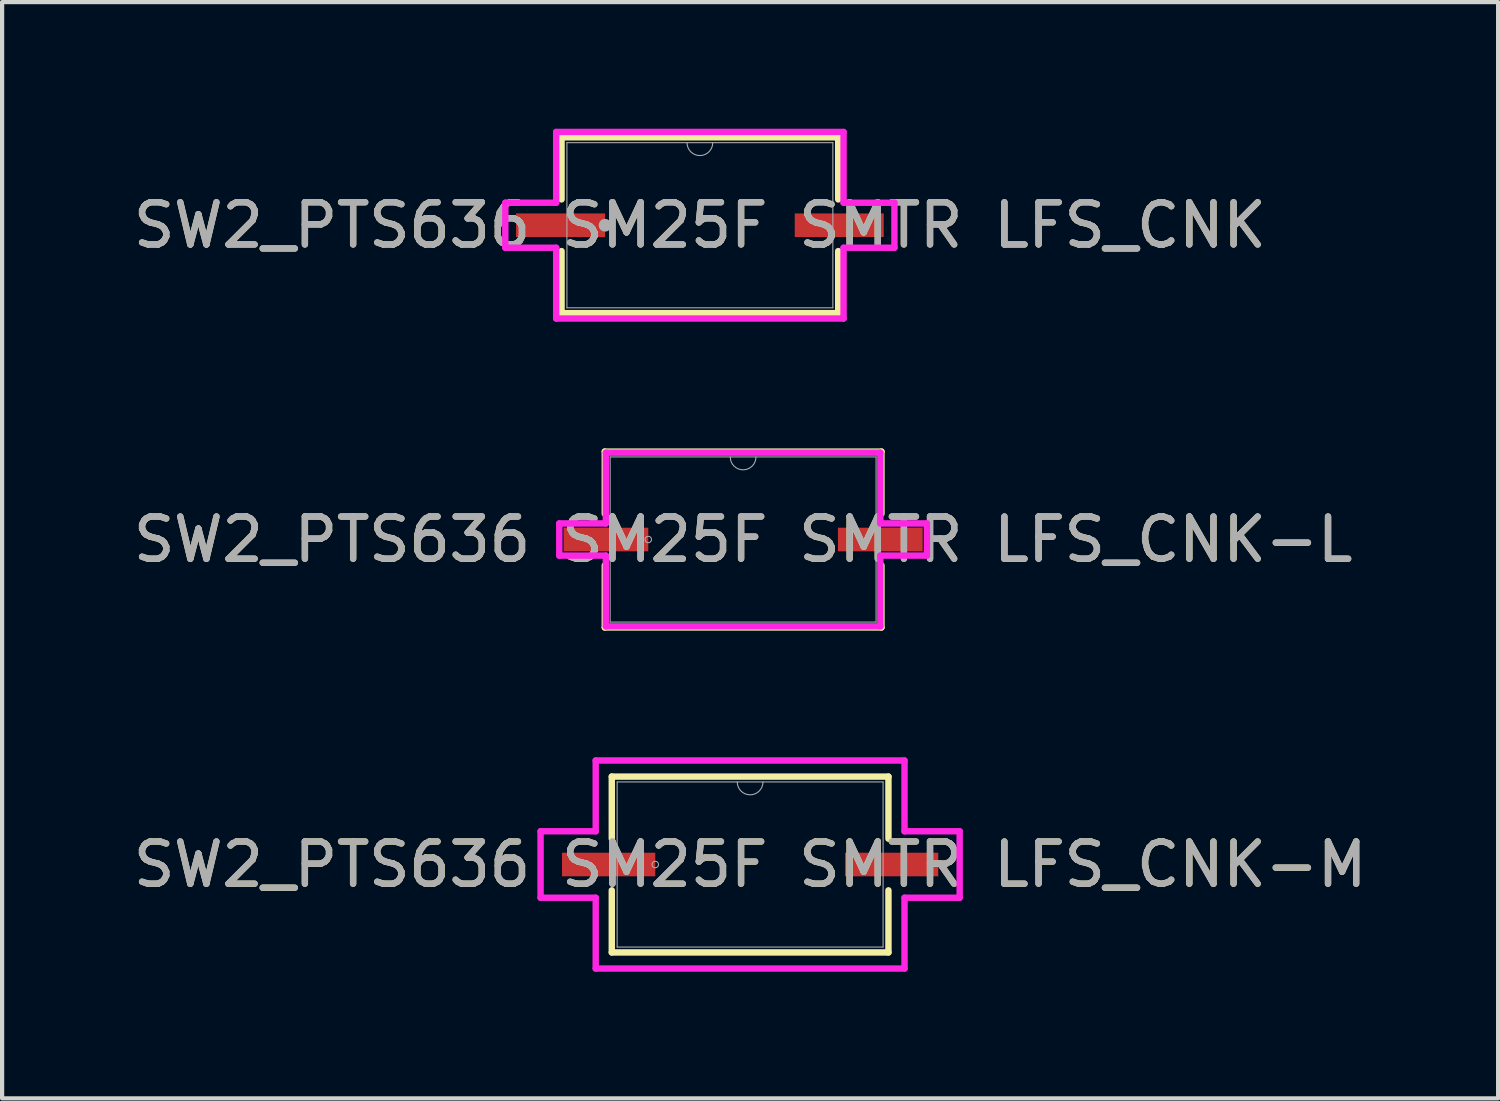
<source format=kicad_pcb>
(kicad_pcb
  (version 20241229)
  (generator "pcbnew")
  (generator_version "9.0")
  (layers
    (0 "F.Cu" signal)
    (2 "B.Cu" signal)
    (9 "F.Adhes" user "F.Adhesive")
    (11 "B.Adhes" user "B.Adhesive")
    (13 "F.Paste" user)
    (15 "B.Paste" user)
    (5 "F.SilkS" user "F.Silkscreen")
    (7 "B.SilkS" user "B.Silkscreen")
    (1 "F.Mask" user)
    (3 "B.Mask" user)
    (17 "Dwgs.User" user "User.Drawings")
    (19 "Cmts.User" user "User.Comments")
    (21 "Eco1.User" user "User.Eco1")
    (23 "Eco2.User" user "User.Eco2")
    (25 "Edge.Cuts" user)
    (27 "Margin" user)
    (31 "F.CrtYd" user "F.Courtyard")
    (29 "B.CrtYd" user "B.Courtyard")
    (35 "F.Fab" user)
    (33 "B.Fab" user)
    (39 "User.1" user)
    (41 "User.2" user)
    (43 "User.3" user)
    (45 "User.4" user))
  (footprint "SW2_PTS636 SM25F SMTR LFS_CNK-L"
    (layer "F.Cu")
    (at 14.554 9.731)
    (property "Reference" "SW2_PTS636 SM25F SMTR LFS_CNK-L" (at 0 0 0) (unlocked yes) (layer "F.SilkS") (effects (font (size 1 1) (thickness 0.15))))
    (attr smd)
    (fp_line (start -3.277 -2.083) (end -3.277 -0.612) (stroke (width 0.152) (type solid)) (layer "F.SilkS"))
    (fp_line (start -3.277 0.612) (end -3.277 2.083) (stroke (width 0.152) (type solid)) (layer "F.SilkS"))
    (fp_line (start -3.277 2.083) (end 3.277 2.083) (stroke (width 0.152) (type solid)) (layer "F.SilkS"))
    (fp_line (start 3.277 -2.083) (end -3.277 -2.083) (stroke (width 0.152) (type solid)) (layer "F.SilkS"))
    (fp_line (start 3.277 -0.612) (end 3.277 -2.083) (stroke (width 0.152) (type solid)) (layer "F.SilkS"))
    (fp_line (start 3.277 2.083) (end 3.277 0.612) (stroke (width 0.152) (type solid)) (layer "F.SilkS"))
    (fp_line (start -4.355 -0.381) (end -3.251 -0.381) (stroke (width 0.152) (type solid)) (layer "F.CrtYd"))
    (fp_line (start -4.355 0.381) (end -4.355 -0.381) (stroke (width 0.152) (type solid)) (layer "F.CrtYd"))
    (fp_line (start -4.355 0.381) (end -3.251 0.381) (stroke (width 0.152) (type solid)) (layer "F.CrtYd"))
    (fp_line (start -3.251 -2.057) (end 3.251 -2.057) (stroke (width 0.152) (type solid)) (layer "F.CrtYd"))
    (fp_line (start -3.251 -0.381) (end -3.251 -2.057) (stroke (width 0.152) (type solid)) (layer "F.CrtYd"))
    (fp_line (start -3.251 2.057) (end -3.251 0.381) (stroke (width 0.152) (type solid)) (layer "F.CrtYd"))
    (fp_line (start 3.251 -2.057) (end 3.251 -0.381) (stroke (width 0.152) (type solid)) (layer "F.CrtYd"))
    (fp_line (start 3.251 0.381) (end 3.251 2.057) (stroke (width 0.152) (type solid)) (layer "F.CrtYd"))
    (fp_line (start 3.251 2.057) (end -3.251 2.057) (stroke (width 0.152) (type solid)) (layer "F.CrtYd"))
    (fp_line (start 4.355 -0.381) (end 3.251 -0.381) (stroke (width 0.152) (type solid)) (layer "F.CrtYd"))
    (fp_line (start 4.355 -0.381) (end 4.355 0.381) (stroke (width 0.152) (type solid)) (layer "F.CrtYd"))
    (fp_line (start 4.355 0.381) (end 3.251 0.381) (stroke (width 0.152) (type solid)) (layer "F.CrtYd"))
    (fp_line (start -3.15 -1.956) (end -3.15 1.956) (stroke (width 0.025) (type solid)) (layer "F.Fab"))
    (fp_line (start -3.15 1.956) (end 3.15 1.956) (stroke (width 0.025) (type solid)) (layer "F.Fab"))
    (fp_line (start 3.15 -1.956) (end -3.15 -1.956) (stroke (width 0.025) (type solid)) (layer "F.Fab"))
    (fp_line (start 3.15 1.956) (end 3.15 -1.956) (stroke (width 0.025) (type solid)) (layer "F.Fab"))
    (fp_arc (start 0.3048 -1.9558) (mid 0 -1.651) (end -0.3048 -1.9558) (stroke (width 0.0254) (type solid)) (layer "F.Fab"))
    (fp_circle (center -2.247 0) (end -2.17 0) (stroke (width 0.025) (type solid)) (fill no) (layer "F.Fab"))
    (fp_text user "${REFERENCE}" (at 0 0 0) (unlocked yes) (layer "F.Fab") (effects (font (size 1 1) (thickness 0.15))))
    (pad "1" smd rect (at -3.25 0) (size 2.007 0.559) (layers "F.Cu" "F.Mask" "F.Paste"))
    (pad "2" smd rect (at 3.25 0) (size 2.007 0.559) (layers "F.Cu" "F.Mask" "F.Paste")))
  (footprint "SW2_PTS636 SM25F SMTR LFS_CNK-M"
    (layer "F.Cu")
    (at 14.72 17.43)
    (property "Reference" "SW2_PTS636 SM25F SMTR LFS_CNK-M" (at 0 0 0) (unlocked yes) (layer "F.SilkS") (effects (font (size 1 1) (thickness 0.15))))
    (attr smd)
    (fp_line (start -3.277 -2.083) (end -3.277 -0.612) (stroke (width 0.152) (type solid)) (layer "F.SilkS"))
    (fp_line (start -3.277 0.612) (end -3.277 2.083) (stroke (width 0.152) (type solid)) (layer "F.SilkS"))
    (fp_line (start -3.277 2.083) (end 3.277 2.083) (stroke (width 0.152) (type solid)) (layer "F.SilkS"))
    (fp_line (start 3.277 -2.083) (end -3.277 -2.083) (stroke (width 0.152) (type solid)) (layer "F.SilkS"))
    (fp_line (start 3.277 -0.612) (end 3.277 -2.083) (stroke (width 0.152) (type solid)) (layer "F.SilkS"))
    (fp_line (start 3.277 2.083) (end 3.277 0.612) (stroke (width 0.152) (type solid)) (layer "F.SilkS"))
    (fp_line (start -4.964 -0.787) (end -3.658 -0.787) (stroke (width 0.152) (type solid)) (layer "F.CrtYd"))
    (fp_line (start -4.964 0.787) (end -4.964 -0.787) (stroke (width 0.152) (type solid)) (layer "F.CrtYd"))
    (fp_line (start -4.964 0.787) (end -3.658 0.787) (stroke (width 0.152) (type solid)) (layer "F.CrtYd"))
    (fp_line (start -3.658 -2.464) (end 3.658 -2.464) (stroke (width 0.152) (type solid)) (layer "F.CrtYd"))
    (fp_line (start -3.658 -0.787) (end -3.658 -2.464) (stroke (width 0.152) (type solid)) (layer "F.CrtYd"))
    (fp_line (start -3.658 2.464) (end -3.658 0.787) (stroke (width 0.152) (type solid)) (layer "F.CrtYd"))
    (fp_line (start 3.658 -2.464) (end 3.658 -0.787) (stroke (width 0.152) (type solid)) (layer "F.CrtYd"))
    (fp_line (start 3.658 0.787) (end 3.658 2.464) (stroke (width 0.152) (type solid)) (layer "F.CrtYd"))
    (fp_line (start 3.658 2.464) (end -3.658 2.464) (stroke (width 0.152) (type solid)) (layer "F.CrtYd"))
    (fp_line (start 4.964 -0.787) (end 3.658 -0.787) (stroke (width 0.152) (type solid)) (layer "F.CrtYd"))
    (fp_line (start 4.964 -0.787) (end 4.964 0.787) (stroke (width 0.152) (type solid)) (layer "F.CrtYd"))
    (fp_line (start 4.964 0.787) (end 3.658 0.787) (stroke (width 0.152) (type solid)) (layer "F.CrtYd"))
    (fp_line (start -3.15 -1.956) (end -3.15 1.956) (stroke (width 0.025) (type solid)) (layer "F.Fab"))
    (fp_line (start -3.15 1.956) (end 3.15 1.956) (stroke (width 0.025) (type solid)) (layer "F.Fab"))
    (fp_line (start 3.15 -1.956) (end -3.15 -1.956) (stroke (width 0.025) (type solid)) (layer "F.Fab"))
    (fp_line (start 3.15 1.956) (end 3.15 -1.956) (stroke (width 0.025) (type solid)) (layer "F.Fab"))
    (fp_arc (start 0.3048 -1.9558) (mid 0 -1.651) (end -0.3048 -1.9558) (stroke (width 0.0254) (type solid)) (layer "F.Fab"))
    (fp_circle (center -2.247 0) (end -2.17 0) (stroke (width 0.025) (type solid)) (fill no) (layer "F.Fab"))
    (fp_text user "${REFERENCE}" (at 0 0 0) (unlocked yes) (layer "F.Fab") (effects (font (size 1 1) (thickness 0.15))))
    (pad "1" smd rect (at -3.352 0) (size 2.21 0.559) (layers "F.Cu" "F.Mask" "F.Paste"))
    (pad "2" smd rect (at 3.352 0) (size 2.21 0.559) (layers "F.Cu" "F.Mask" "F.Paste")))
  (footprint "SW2_PTS636 SM25F SMTR LFS_CNK"
    (layer "F.Cu")
    (at 13.53 2.286)
    (property "Reference" "SW2_PTS636 SM25F SMTR LFS_CNK" (at 0 0 0) (unlocked yes) (layer "F.SilkS") (effects (font (size 1 1) (thickness 0.15))))
    (attr smd)
    (fp_line (start -3.277 -2.083) (end -3.277 -0.612) (stroke (width 0.152) (type solid)) (layer "F.SilkS"))
    (fp_line (start -3.277 0.612) (end -3.277 2.083) (stroke (width 0.152) (type solid)) (layer "F.SilkS"))
    (fp_line (start -3.277 2.083) (end 3.277 2.083) (stroke (width 0.152) (type solid)) (layer "F.SilkS"))
    (fp_line (start 3.277 -2.083) (end -3.277 -2.083) (stroke (width 0.152) (type solid)) (layer "F.SilkS"))
    (fp_line (start 3.277 -0.612) (end 3.277 -2.083) (stroke (width 0.152) (type solid)) (layer "F.SilkS"))
    (fp_line (start 3.277 2.083) (end 3.277 0.612) (stroke (width 0.152) (type solid)) (layer "F.SilkS"))
    (fp_line (start -4.609 -0.533) (end -3.404 -0.533) (stroke (width 0.152) (type solid)) (layer "F.CrtYd"))
    (fp_line (start -4.609 0.533) (end -4.609 -0.533) (stroke (width 0.152) (type solid)) (layer "F.CrtYd"))
    (fp_line (start -4.609 0.533) (end -3.404 0.533) (stroke (width 0.152) (type solid)) (layer "F.CrtYd"))
    (fp_line (start -3.404 -2.21) (end 3.404 -2.21) (stroke (width 0.152) (type solid)) (layer "F.CrtYd"))
    (fp_line (start -3.404 -0.533) (end -3.404 -2.21) (stroke (width 0.152) (type solid)) (layer "F.CrtYd"))
    (fp_line (start -3.404 2.21) (end -3.404 0.533) (stroke (width 0.152) (type solid)) (layer "F.CrtYd"))
    (fp_line (start 3.404 -2.21) (end 3.404 -0.533) (stroke (width 0.152) (type solid)) (layer "F.CrtYd"))
    (fp_line (start 3.404 0.533) (end 3.404 2.21) (stroke (width 0.152) (type solid)) (layer "F.CrtYd"))
    (fp_line (start 3.404 2.21) (end -3.404 2.21) (stroke (width 0.152) (type solid)) (layer "F.CrtYd"))
    (fp_line (start 4.609 -0.533) (end 3.404 -0.533) (stroke (width 0.152) (type solid)) (layer "F.CrtYd"))
    (fp_line (start 4.609 -0.533) (end 4.609 0.533) (stroke (width 0.152) (type solid)) (layer "F.CrtYd"))
    (fp_line (start 4.609 0.533) (end 3.404 0.533) (stroke (width 0.152) (type solid)) (layer "F.CrtYd"))
    (fp_line (start -3.15 -1.956) (end -3.15 1.956) (stroke (width 0.025) (type solid)) (layer "F.Fab"))
    (fp_line (start -3.15 1.956) (end 3.15 1.956) (stroke (width 0.025) (type solid)) (layer "F.Fab"))
    (fp_line (start 3.15 -1.956) (end -3.15 -1.956) (stroke (width 0.025) (type solid)) (layer "F.Fab"))
    (fp_line (start 3.15 1.956) (end 3.15 -1.956) (stroke (width 0.025) (type solid)) (layer "F.Fab"))
    (fp_arc (start 0.3048 -1.9558) (mid 0 -1.651) (end -0.3048 -1.9558) (stroke (width 0.0254) (type solid)) (layer "F.Fab"))
    (fp_circle (center -2.247 0) (end -2.247 0) (stroke (width 0.152) (type solid)) (fill no) (layer "F.Fab"))
    (fp_text user "${REFERENCE}" (at 0 0 0) (unlocked yes) (layer "F.Fab") (effects (font (size 1 1) (thickness 0.15))))
    (pad "1" smd rect (at -3.301 0) (size 2.108 0.559) (layers "F.Cu" "F.Mask" "F.Paste"))
    (pad "2" smd rect (at 3.301 0) (size 2.108 0.559) (layers "F.Cu" "F.Mask" "F.Paste")))
  (gr_rect
    (start -3 -3)
    (end 32.44 22.97)
    (stroke (width 0.1) (type default))
    (fill no)
    (layer "Edge.Cuts")))
</source>
